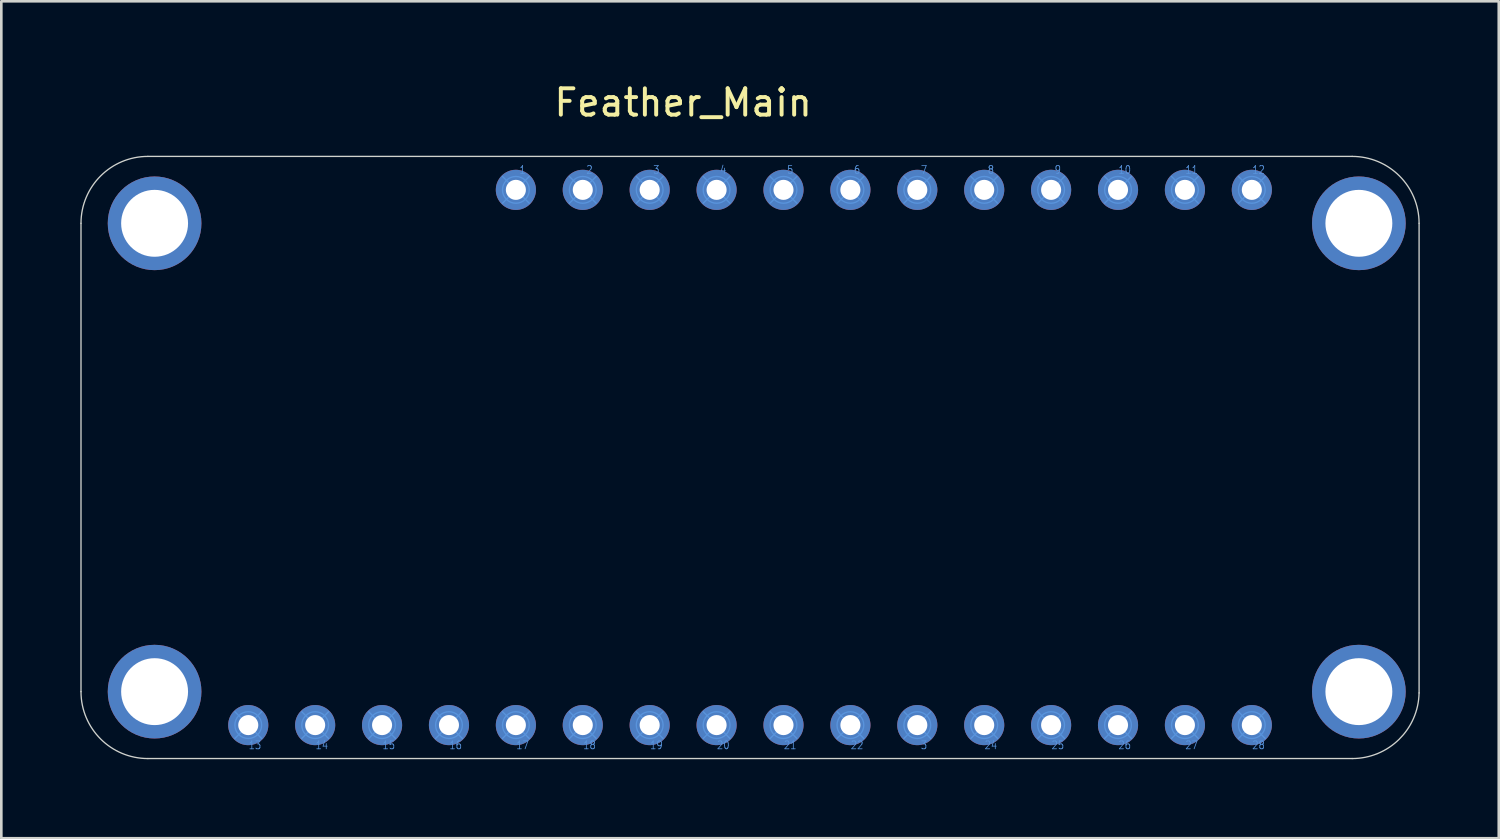
<source format=kicad_pcb>
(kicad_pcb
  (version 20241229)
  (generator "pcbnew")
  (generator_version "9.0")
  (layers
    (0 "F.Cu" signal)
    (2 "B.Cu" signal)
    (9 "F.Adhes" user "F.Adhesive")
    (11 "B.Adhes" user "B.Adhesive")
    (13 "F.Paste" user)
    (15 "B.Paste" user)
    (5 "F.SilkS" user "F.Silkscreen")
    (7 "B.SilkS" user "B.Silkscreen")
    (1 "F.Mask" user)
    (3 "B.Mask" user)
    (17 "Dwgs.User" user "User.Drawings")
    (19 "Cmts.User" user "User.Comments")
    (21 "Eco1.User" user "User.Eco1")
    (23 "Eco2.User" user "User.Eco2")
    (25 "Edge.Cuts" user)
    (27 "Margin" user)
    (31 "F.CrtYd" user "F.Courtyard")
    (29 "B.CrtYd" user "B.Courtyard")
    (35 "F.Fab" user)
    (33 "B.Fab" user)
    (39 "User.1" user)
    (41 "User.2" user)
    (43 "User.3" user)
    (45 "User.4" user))
  (footprint "Feather_Main"
    (layer "F.Cu")
    (at 22.885 0.348)
    (property "Reference" "Feather_Main" (at 0 0.5 0) (layer "F.SilkS") (effects (font (size 1 1) (thickness 0.15))))
    (attr through_hole)
    (fp_line (start -17.018 23.622) (end -16.002 24.638) (stroke (width 0.05) (type solid)) (layer "Cmts.User"))
    (fp_line (start -17.018 24.638) (end -16.002 23.622) (stroke (width 0.05) (type solid)) (layer "Cmts.User"))
    (fp_line (start -14.478 23.622) (end -13.462 24.638) (stroke (width 0.05) (type solid)) (layer "Cmts.User"))
    (fp_line (start -14.478 24.638) (end -13.462 23.622) (stroke (width 0.05) (type solid)) (layer "Cmts.User"))
    (fp_line (start -11.938 23.622) (end -10.922 24.638) (stroke (width 0.05) (type solid)) (layer "Cmts.User"))
    (fp_line (start -11.938 24.638) (end -10.922 23.622) (stroke (width 0.05) (type solid)) (layer "Cmts.User"))
    (fp_line (start -9.398 23.622) (end -8.382 24.638) (stroke (width 0.05) (type solid)) (layer "Cmts.User"))
    (fp_line (start -9.398 24.638) (end -8.382 23.622) (stroke (width 0.05) (type solid)) (layer "Cmts.User"))
    (fp_line (start -6.858 3.302) (end -5.842 4.318) (stroke (width 0.05) (type solid)) (layer "Cmts.User"))
    (fp_line (start -6.858 4.318) (end -5.842 3.302) (stroke (width 0.05) (type solid)) (layer "Cmts.User"))
    (fp_line (start -6.858 23.622) (end -5.842 24.638) (stroke (width 0.05) (type solid)) (layer "Cmts.User"))
    (fp_line (start -6.858 24.638) (end -5.842 23.622) (stroke (width 0.05) (type solid)) (layer "Cmts.User"))
    (fp_line (start -4.318 3.302) (end -3.302 4.318) (stroke (width 0.05) (type solid)) (layer "Cmts.User"))
    (fp_line (start -4.318 4.318) (end -3.302 3.302) (stroke (width 0.05) (type solid)) (layer "Cmts.User"))
    (fp_line (start -4.318 23.622) (end -3.302 24.638) (stroke (width 0.05) (type solid)) (layer "Cmts.User"))
    (fp_line (start -4.318 24.638) (end -3.302 23.622) (stroke (width 0.05) (type solid)) (layer "Cmts.User"))
    (fp_line (start -1.778 3.302) (end -0.762 4.318) (stroke (width 0.05) (type solid)) (layer "Cmts.User"))
    (fp_line (start -1.778 4.318) (end -0.762 3.302) (stroke (width 0.05) (type solid)) (layer "Cmts.User"))
    (fp_line (start -1.778 23.622) (end -0.762 24.638) (stroke (width 0.05) (type solid)) (layer "Cmts.User"))
    (fp_line (start -1.778 24.638) (end -0.762 23.622) (stroke (width 0.05) (type solid)) (layer "Cmts.User"))
    (fp_line (start 0.762 3.302) (end 1.778 4.318) (stroke (width 0.05) (type solid)) (layer "Cmts.User"))
    (fp_line (start 0.762 4.318) (end 1.778 3.302) (stroke (width 0.05) (type solid)) (layer "Cmts.User"))
    (fp_line (start 0.762 23.622) (end 1.778 24.638) (stroke (width 0.05) (type solid)) (layer "Cmts.User"))
    (fp_line (start 0.762 24.638) (end 1.778 23.622) (stroke (width 0.05) (type solid)) (layer "Cmts.User"))
    (fp_line (start 3.302 3.302) (end 4.318 4.318) (stroke (width 0.05) (type solid)) (layer "Cmts.User"))
    (fp_line (start 3.302 4.318) (end 4.318 3.302) (stroke (width 0.05) (type solid)) (layer "Cmts.User"))
    (fp_line (start 3.302 23.622) (end 4.318 24.638) (stroke (width 0.05) (type solid)) (layer "Cmts.User"))
    (fp_line (start 3.302 24.638) (end 4.318 23.622) (stroke (width 0.05) (type solid)) (layer "Cmts.User"))
    (fp_line (start 5.842 3.302) (end 6.858 4.318) (stroke (width 0.05) (type solid)) (layer "Cmts.User"))
    (fp_line (start 5.842 4.318) (end 6.858 3.302) (stroke (width 0.05) (type solid)) (layer "Cmts.User"))
    (fp_line (start 5.842 23.622) (end 6.858 24.638) (stroke (width 0.05) (type solid)) (layer "Cmts.User"))
    (fp_line (start 5.842 24.638) (end 6.858 23.622) (stroke (width 0.05) (type solid)) (layer "Cmts.User"))
    (fp_line (start 8.382 3.302) (end 9.398 4.318) (stroke (width 0.05) (type solid)) (layer "Cmts.User"))
    (fp_line (start 8.382 4.318) (end 9.398 3.302) (stroke (width 0.05) (type solid)) (layer "Cmts.User"))
    (fp_line (start 8.382 23.622) (end 9.398 24.638) (stroke (width 0.05) (type solid)) (layer "Cmts.User"))
    (fp_line (start 8.382 24.638) (end 9.398 23.622) (stroke (width 0.05) (type solid)) (layer "Cmts.User"))
    (fp_line (start 10.922 3.302) (end 11.938 4.318) (stroke (width 0.05) (type solid)) (layer "Cmts.User"))
    (fp_line (start 10.922 4.318) (end 11.938 3.302) (stroke (width 0.05) (type solid)) (layer "Cmts.User"))
    (fp_line (start 10.922 23.622) (end 11.938 24.638) (stroke (width 0.05) (type solid)) (layer "Cmts.User"))
    (fp_line (start 10.922 24.638) (end 11.938 23.622) (stroke (width 0.05) (type solid)) (layer "Cmts.User"))
    (fp_line (start 13.462 3.302) (end 14.478 4.318) (stroke (width 0.05) (type solid)) (layer "Cmts.User"))
    (fp_line (start 13.462 4.318) (end 14.478 3.302) (stroke (width 0.05) (type solid)) (layer "Cmts.User"))
    (fp_line (start 13.462 23.622) (end 14.478 24.638) (stroke (width 0.05) (type solid)) (layer "Cmts.User"))
    (fp_line (start 13.462 24.638) (end 14.478 23.622) (stroke (width 0.05) (type solid)) (layer "Cmts.User"))
    (fp_line (start 16.002 3.302) (end 17.018 4.318) (stroke (width 0.05) (type solid)) (layer "Cmts.User"))
    (fp_line (start 16.002 4.318) (end 17.018 3.302) (stroke (width 0.05) (type solid)) (layer "Cmts.User"))
    (fp_line (start 16.002 23.622) (end 17.018 24.638) (stroke (width 0.05) (type solid)) (layer "Cmts.User"))
    (fp_line (start 16.002 24.638) (end 17.018 23.622) (stroke (width 0.05) (type solid)) (layer "Cmts.User"))
    (fp_line (start 18.542 3.302) (end 19.558 4.318) (stroke (width 0.05) (type solid)) (layer "Cmts.User"))
    (fp_line (start 18.542 4.318) (end 19.558 3.302) (stroke (width 0.05) (type solid)) (layer "Cmts.User"))
    (fp_line (start 18.542 23.622) (end 19.558 24.638) (stroke (width 0.05) (type solid)) (layer "Cmts.User"))
    (fp_line (start 18.542 24.638) (end 19.558 23.622) (stroke (width 0.05) (type solid)) (layer "Cmts.User"))
    (fp_line (start 21.082 3.302) (end 22.098 4.318) (stroke (width 0.05) (type solid)) (layer "Cmts.User"))
    (fp_line (start 21.082 4.318) (end 22.098 3.302) (stroke (width 0.05) (type solid)) (layer "Cmts.User"))
    (fp_line (start 21.082 23.622) (end 22.098 24.638) (stroke (width 0.05) (type solid)) (layer "Cmts.User"))
    (fp_line (start 21.082 24.638) (end 22.098 23.622) (stroke (width 0.05) (type solid)) (layer "Cmts.User"))
    (fp_circle (center -16.51 24.13) (end -16.002 24.13) (stroke (width 0.05) (type solid)) (fill no) (layer "Cmts.User"))
    (fp_circle (center -13.97 24.13) (end -13.462 24.13) (stroke (width 0.05) (type solid)) (fill no) (layer "Cmts.User"))
    (fp_circle (center -11.43 24.13) (end -10.922 24.13) (stroke (width 0.05) (type solid)) (fill no) (layer "Cmts.User"))
    (fp_circle (center -8.89 24.13) (end -8.382 24.13) (stroke (width 0.05) (type solid)) (fill no) (layer "Cmts.User"))
    (fp_circle (center -6.35 3.81) (end -5.842 3.81) (stroke (width 0.05) (type solid)) (fill no) (layer "Cmts.User"))
    (fp_circle (center -6.35 24.13) (end -5.842 24.13) (stroke (width 0.05) (type solid)) (fill no) (layer "Cmts.User"))
    (fp_circle (center -3.81 3.81) (end -3.302 3.81) (stroke (width 0.05) (type solid)) (fill no) (layer "Cmts.User"))
    (fp_circle (center -3.81 24.13) (end -3.302 24.13) (stroke (width 0.05) (type solid)) (fill no) (layer "Cmts.User"))
    (fp_circle (center -1.27 3.81) (end -0.762 3.81) (stroke (width 0.05) (type solid)) (fill no) (layer "Cmts.User"))
    (fp_circle (center -1.27 24.13) (end -0.762 24.13) (stroke (width 0.05) (type solid)) (fill no) (layer "Cmts.User"))
    (fp_circle (center 1.27 3.81) (end 1.778 3.81) (stroke (width 0.05) (type solid)) (fill no) (layer "Cmts.User"))
    (fp_circle (center 1.27 24.13) (end 1.778 24.13) (stroke (width 0.05) (type solid)) (fill no) (layer "Cmts.User"))
    (fp_circle (center 3.81 3.81) (end 4.318 3.81) (stroke (width 0.05) (type solid)) (fill no) (layer "Cmts.User"))
    (fp_circle (center 3.81 24.13) (end 4.318 24.13) (stroke (width 0.05) (type solid)) (fill no) (layer "Cmts.User"))
    (fp_circle (center 6.35 3.81) (end 6.858 3.81) (stroke (width 0.05) (type solid)) (fill no) (layer "Cmts.User"))
    (fp_circle (center 6.35 24.13) (end 6.858 24.13) (stroke (width 0.05) (type solid)) (fill no) (layer "Cmts.User"))
    (fp_circle (center 8.89 3.81) (end 9.398 3.81) (stroke (width 0.05) (type solid)) (fill no) (layer "Cmts.User"))
    (fp_circle (center 8.89 24.13) (end 9.398 24.13) (stroke (width 0.05) (type solid)) (fill no) (layer "Cmts.User"))
    (fp_circle (center 11.43 3.81) (end 11.938 3.81) (stroke (width 0.05) (type solid)) (fill no) (layer "Cmts.User"))
    (fp_circle (center 11.43 24.13) (end 11.938 24.13) (stroke (width 0.05) (type solid)) (fill no) (layer "Cmts.User"))
    (fp_circle (center 13.97 3.81) (end 14.478 3.81) (stroke (width 0.05) (type solid)) (fill no) (layer "Cmts.User"))
    (fp_circle (center 13.97 24.13) (end 14.478 24.13) (stroke (width 0.05) (type solid)) (fill no) (layer "Cmts.User"))
    (fp_circle (center 16.51 3.81) (end 17.018 3.81) (stroke (width 0.05) (type solid)) (fill no) (layer "Cmts.User"))
    (fp_circle (center 16.51 24.13) (end 17.018 24.13) (stroke (width 0.05) (type solid)) (fill no) (layer "Cmts.User"))
    (fp_circle (center 19.05 3.81) (end 19.558 3.81) (stroke (width 0.05) (type solid)) (fill no) (layer "Cmts.User"))
    (fp_circle (center 19.05 24.13) (end 19.558 24.13) (stroke (width 0.05) (type solid)) (fill no) (layer "Cmts.User"))
    (fp_circle (center 21.59 3.81) (end 22.098 3.81) (stroke (width 0.05) (type solid)) (fill no) (layer "Cmts.User"))
    (fp_circle (center 21.59 24.13) (end 22.098 24.13) (stroke (width 0.05) (type solid)) (fill no) (layer "Cmts.User"))
    (fp_line (start -22.86 5.08) (end -22.86 22.86) (stroke (width 0.05) (type solid)) (layer "Edge.Cuts"))
    (fp_line (start -20.32 25.4) (end 25.4 25.4) (stroke (width 0.05) (type solid)) (layer "Edge.Cuts"))
    (fp_line (start 25.4 2.54) (end -20.32 2.54) (stroke (width 0.05) (type solid)) (layer "Edge.Cuts"))
    (fp_line (start 27.94 22.909) (end 27.94 5.08) (stroke (width 0.05) (type solid)) (layer "Edge.Cuts"))
    (fp_arc (start -22.86 5.08) (mid -22.116051 3.283949) (end -20.32 2.54) (stroke (width 0.05) (type solid)) (layer "Edge.Cuts"))
    (fp_arc (start -20.32 25.4) (mid -22.116051 24.656051) (end -22.86 22.86) (stroke (width 0.05) (type solid)) (layer "Edge.Cuts"))
    (fp_arc (start 25.4 2.54) (mid 27.196051 3.283949) (end 27.94 5.08) (stroke (width 0.05) (type solid)) (layer "Edge.Cuts"))
    (fp_arc (start 27.939532 22.908762) (mid 27.178727 24.673209) (end 25.4 25.4) (stroke (width 0.05) (type solid)) (layer "Edge.Cuts"))
    (fp_text user "12" (at 21.844 3.048 0) (layer "Cmts.User") (effects (font (size 0.3 0.25) (thickness 0.03))))
    (fp_text user "9" (at 14.224 3.048 0) (layer "Cmts.User") (effects (font (size 0.3 0.25) (thickness 0.03))))
    (fp_text user "2" (at -3.556 3.048 0) (layer "Cmts.User") (effects (font (size 0.3 0.25) (thickness 0.03))))
    (fp_text user "14" (at -13.716 24.892 0) (layer "Cmts.User") (effects (font (size 0.3 0.25) (thickness 0.03))))
    (fp_text user "1" (at -6.096 3.048 0) (layer "Cmts.User") (effects (font (size 0.3 0.25) (thickness 0.03))))
    (fp_text user "24" (at 11.684 24.892 0) (layer "Cmts.User") (effects (font (size 0.3 0.25) (thickness 0.03))))
    (fp_text user "16" (at -8.636 24.892 0) (layer "Cmts.User") (effects (font (size 0.3 0.25) (thickness 0.03))))
    (fp_text user "8" (at 11.684 3.048 0) (layer "Cmts.User") (effects (font (size 0.3 0.25) (thickness 0.03))))
    (fp_text user "15" (at -11.176 24.892 0) (layer "Cmts.User") (effects (font (size 0.3 0.25) (thickness 0.03))))
    (fp_text user "5" (at 4.064 3.048 0) (layer "Cmts.User") (effects (font (size 0.3 0.25) (thickness 0.03))))
    (fp_text user "10" (at 16.764 3.048 0) (layer "Cmts.User") (effects (font (size 0.3 0.25) (thickness 0.03))))
    (fp_text user "19" (at -1.016 24.892 0) (layer "Cmts.User") (effects (font (size 0.3 0.25) (thickness 0.03))))
    (fp_text user "6" (at 6.604 3.048 0) (layer "Cmts.User") (effects (font (size 0.3 0.25) (thickness 0.03))))
    (fp_text user "3" (at -1.016 3.048 0) (layer "Cmts.User") (effects (font (size 0.3 0.25) (thickness 0.03))))
    (fp_text user "25" (at 14.224 24.892 0) (layer "Cmts.User") (effects (font (size 0.3 0.25) (thickness 0.03))))
    (fp_text user "18" (at -3.556 24.892 0) (layer "Cmts.User") (effects (font (size 0.3 0.25) (thickness 0.03))))
    (fp_text user "21" (at 4.064 24.892 0) (layer "Cmts.User") (effects (font (size 0.3 0.25) (thickness 0.03))))
    (fp_text user "28" (at 21.844 24.892 0) (layer "Cmts.User") (effects (font (size 0.3 0.25) (thickness 0.03))))
    (fp_text user "22" (at 6.604 24.892 0) (layer "Cmts.User") (effects (font (size 0.3 0.25) (thickness 0.03))))
    (fp_text user "26" (at 16.764 24.892 0) (layer "Cmts.User") (effects (font (size 0.3 0.25) (thickness 0.03))))
    (fp_text user "27" (at 19.304 24.892 0) (layer "Cmts.User") (effects (font (size 0.3 0.25) (thickness 0.03))))
    (fp_text user "17" (at -6.096 24.892 0) (layer "Cmts.User") (effects (font (size 0.3 0.25) (thickness 0.03))))
    (fp_text user "7" (at 9.144 3.048 0) (layer "Cmts.User") (effects (font (size 0.3 0.25) (thickness 0.03))))
    (fp_text user "11" (at 19.304 3.048 0) (layer "Cmts.User") (effects (font (size 0.3 0.25) (thickness 0.03))))
    (fp_text user "3" (at 9.144 24.892 0) (layer "Cmts.User") (effects (font (size 0.3 0.25) (thickness 0.03))))
    (fp_text user "4" (at 1.524 3.048 0) (layer "Cmts.User") (effects (font (size 0.3 0.25) (thickness 0.03))))
    (fp_text user "13" (at -16.256 24.892 0) (layer "Cmts.User") (effects (font (size 0.3 0.25) (thickness 0.03))))
    (fp_text user "20" (at 1.524 24.892 0) (layer "Cmts.User") (effects (font (size 0.3 0.25) (thickness 0.03))))
    (fp_text user "${REFERENCE}" (at 20.574 22.86 180) (layer "Eco1.User") (effects (font (size 0.3 0.3) (thickness 0.03))))
    (pad "" np_thru_hole circle (at -20.066 5.08) (size 3.556 3.556) (drill 2.54) (layers "*.Cu" "*.Mask"))
    (pad "" np_thru_hole circle (at -20.066 22.86) (size 3.556 3.556) (drill 2.54) (layers "*.Cu" "*.Mask"))
    (pad "" np_thru_hole circle (at 25.654 5.08) (size 3.556 3.556) (drill 2.54) (layers "*.Cu" "*.Mask"))
    (pad "" np_thru_hole circle (at 25.654 22.86) (size 3.556 3.556) (drill 2.54) (layers "*.Cu" "*.Mask"))
    (pad "1" thru_hole circle (at -6.35 3.81) (size 1.524 1.524) (drill 0.762) (layers "*.Cu" "*.Mask"))
    (pad "2" thru_hole circle (at -3.81 3.81) (size 1.524 1.524) (drill 0.762) (layers "*.Cu" "*.Mask"))
    (pad "3" thru_hole circle (at -1.27 3.81) (size 1.524 1.524) (drill 0.762) (layers "*.Cu" "*.Mask"))
    (pad "4" thru_hole circle (at 1.27 3.81) (size 1.524 1.524) (drill 0.762) (layers "*.Cu" "*.Mask"))
    (pad "5" thru_hole circle (at 3.81 3.81) (size 1.524 1.524) (drill 0.762) (layers "*.Cu" "*.Mask"))
    (pad "6" thru_hole circle (at 6.35 3.81) (size 1.524 1.524) (drill 0.762) (layers "*.Cu" "*.Mask"))
    (pad "7" thru_hole circle (at 8.89 3.81) (size 1.524 1.524) (drill 0.762) (layers "*.Cu" "*.Mask"))
    (pad "8" thru_hole circle (at 11.43 3.81) (size 1.524 1.524) (drill 0.762) (layers "*.Cu" "*.Mask"))
    (pad "9" thru_hole circle (at 13.97 3.81) (size 1.524 1.524) (drill 0.762) (layers "*.Cu" "*.Mask"))
    (pad "10" thru_hole circle (at 16.51 3.81) (size 1.524 1.524) (drill 0.762) (layers "*.Cu" "*.Mask"))
    (pad "11" thru_hole circle (at 19.05 3.81) (size 1.524 1.524) (drill 0.762) (layers "*.Cu" "*.Mask"))
    (pad "12" thru_hole circle (at 21.59 3.81) (size 1.524 1.524) (drill 0.762) (layers "*.Cu" "*.Mask"))
    (pad "13" thru_hole circle (at -16.51 24.13) (size 1.524 1.524) (drill 0.762) (layers "*.Cu" "*.Mask"))
    (pad "14" thru_hole circle (at -13.97 24.13) (size 1.524 1.524) (drill 0.762) (layers "*.Cu" "*.Mask"))
    (pad "15" thru_hole circle (at -11.43 24.13) (size 1.524 1.524) (drill 0.762) (layers "*.Cu" "*.Mask"))
    (pad "16" thru_hole circle (at -8.89 24.13) (size 1.524 1.524) (drill 0.762) (layers "*.Cu" "*.Mask"))
    (pad "17" thru_hole circle (at -6.35 24.13) (size 1.524 1.524) (drill 0.762) (layers "*.Cu" "*.Mask"))
    (pad "18" thru_hole circle (at -3.81 24.13) (size 1.524 1.524) (drill 0.762) (layers "*.Cu" "*.Mask"))
    (pad "19" thru_hole circle (at -1.27 24.13) (size 1.524 1.524) (drill 0.762) (layers "*.Cu" "*.Mask"))
    (pad "20" thru_hole circle (at 1.27 24.13) (size 1.524 1.524) (drill 0.762) (layers "*.Cu" "*.Mask"))
    (pad "21" thru_hole circle (at 3.81 24.13) (size 1.524 1.524) (drill 0.762) (layers "*.Cu" "*.Mask"))
    (pad "22" thru_hole circle (at 6.35 24.13) (size 1.524 1.524) (drill 0.762) (layers "*.Cu" "*.Mask"))
    (pad "23" thru_hole circle (at 8.89 24.13) (size 1.524 1.524) (drill 0.762) (layers "*.Cu" "*.Mask"))
    (pad "24" thru_hole circle (at 11.43 24.13) (size 1.524 1.524) (drill 0.762) (layers "*.Cu" "*.Mask"))
    (pad "25" thru_hole circle (at 13.97 24.13) (size 1.524 1.524) (drill 0.762) (layers "*.Cu" "*.Mask"))
    (pad "26" thru_hole circle (at 16.51 24.13) (size 1.524 1.524) (drill 0.762) (layers "*.Cu" "*.Mask"))
    (pad "27" thru_hole circle (at 19.05 24.13) (size 1.524 1.524) (drill 0.762) (layers "*.Cu" "*.Mask"))
    (pad "28" thru_hole circle (at 21.59 24.13) (size 1.524 1.524) (drill 0.762) (layers "*.Cu" "*.Mask")))
  (gr_rect
    (start -3 -3)
    (end 53.85 28.773)
    (stroke (width 0.1) (type default))
    (fill no)
    (layer "Edge.Cuts")))
</source>
